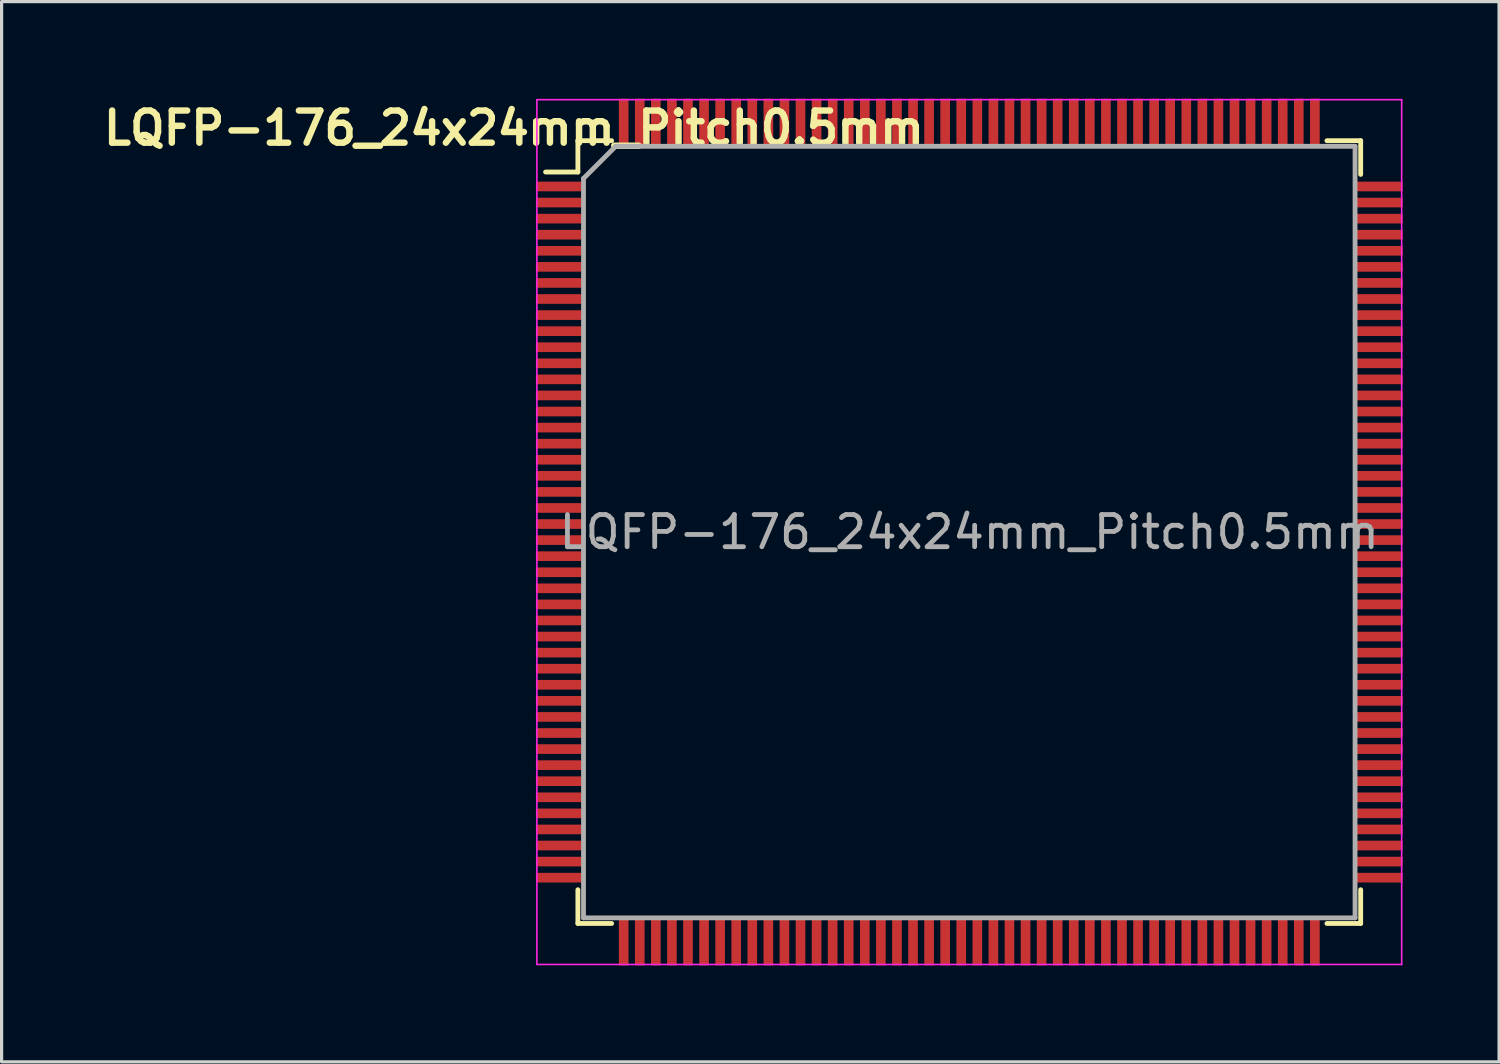
<source format=kicad_pcb>
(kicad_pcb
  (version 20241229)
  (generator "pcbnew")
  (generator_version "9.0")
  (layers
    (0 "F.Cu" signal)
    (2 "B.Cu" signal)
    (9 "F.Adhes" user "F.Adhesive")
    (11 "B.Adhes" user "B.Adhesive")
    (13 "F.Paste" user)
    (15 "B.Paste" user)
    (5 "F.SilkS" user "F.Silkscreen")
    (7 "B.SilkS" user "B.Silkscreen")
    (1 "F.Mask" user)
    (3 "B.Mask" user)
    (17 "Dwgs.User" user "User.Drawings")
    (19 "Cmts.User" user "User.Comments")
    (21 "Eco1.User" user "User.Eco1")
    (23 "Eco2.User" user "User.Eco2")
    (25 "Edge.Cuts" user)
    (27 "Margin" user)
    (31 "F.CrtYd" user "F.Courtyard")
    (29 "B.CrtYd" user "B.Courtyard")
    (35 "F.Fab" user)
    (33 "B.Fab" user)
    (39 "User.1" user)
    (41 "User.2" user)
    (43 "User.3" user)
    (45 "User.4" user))
  (footprint "LQFP-176_24x24mm_Pitch0.5mm"
    (layer "F.Cu")
    (at 27.101 13.501)
    (property "Reference" "LQFP-176_24x24mm_Pitch0.5mm" (at -14.163 -12.565 0) (layer "F.SilkS") (effects (font (size 1 1) (thickness 0.2))))
    (attr smd)
    (fp_line (start -12.175 -12.175) (end -12.175 -11.2) (stroke (width 0.15) (type solid)) (layer "F.SilkS"))
    (fp_line (start -12.175 -12.175) (end -11.125 -12.175) (stroke (width 0.15) (type solid)) (layer "F.SilkS"))
    (fp_line (start -12.175 -11.2) (end -13.18 -11.2) (stroke (width 0.15) (type solid)) (layer "F.SilkS"))
    (fp_line (start -12.175 12.175) (end -12.175 11.125) (stroke (width 0.15) (type solid)) (layer "F.SilkS"))
    (fp_line (start -12.175 12.175) (end -11.125 12.175) (stroke (width 0.15) (type solid)) (layer "F.SilkS"))
    (fp_line (start 12.175 -12.175) (end 11.125 -12.175) (stroke (width 0.15) (type solid)) (layer "F.SilkS"))
    (fp_line (start 12.175 -12.175) (end 12.175 -11.125) (stroke (width 0.15) (type solid)) (layer "F.SilkS"))
    (fp_line (start 12.175 12.175) (end 11.125 12.175) (stroke (width 0.15) (type solid)) (layer "F.SilkS"))
    (fp_line (start 12.175 12.175) (end 12.175 11.125) (stroke (width 0.15) (type solid)) (layer "F.SilkS"))
    (fp_line (start -13.45 -13.45) (end -13.45 13.45) (stroke (width 0.05) (type solid)) (layer "F.CrtYd"))
    (fp_line (start -13.45 -13.45) (end 13.45 -13.45) (stroke (width 0.05) (type solid)) (layer "F.CrtYd"))
    (fp_line (start -13.45 13.45) (end 13.45 13.45) (stroke (width 0.05) (type solid)) (layer "F.CrtYd"))
    (fp_line (start 13.45 -13.45) (end 13.45 13.45) (stroke (width 0.05) (type solid)) (layer "F.CrtYd"))
    (fp_line (start -12 -11) (end -11 -12) (stroke (width 0.15) (type solid)) (layer "F.Fab"))
    (fp_line (start -12 12) (end -12 -11) (stroke (width 0.15) (type solid)) (layer "F.Fab"))
    (fp_line (start -11 -12) (end 12 -12) (stroke (width 0.15) (type solid)) (layer "F.Fab"))
    (fp_line (start 12 -12) (end 12 12) (stroke (width 0.15) (type solid)) (layer "F.Fab"))
    (fp_line (start 12 12) (end -12 12) (stroke (width 0.15) (type solid)) (layer "F.Fab"))
    (fp_text user "${REFERENCE}" (at 0 0 0) (layer "F.Fab") (effects (font (size 1 1) (thickness 0.15))))
    (pad "1" smd rect (at -12.77 -10.75) (size 1.42 0.3) (layers "F.Cu" "F.Mask" "F.Paste"))
    (pad "2" smd rect (at -12.77 -10.25) (size 1.42 0.3) (layers "F.Cu" "F.Mask" "F.Paste"))
    (pad "3" smd rect (at -12.77 -9.75) (size 1.42 0.3) (layers "F.Cu" "F.Mask" "F.Paste"))
    (pad "4" smd rect (at -12.77 -9.25) (size 1.42 0.3) (layers "F.Cu" "F.Mask" "F.Paste"))
    (pad "5" smd rect (at -12.77 -8.75) (size 1.42 0.3) (layers "F.Cu" "F.Mask" "F.Paste"))
    (pad "6" smd rect (at -12.77 -8.25) (size 1.42 0.3) (layers "F.Cu" "F.Mask" "F.Paste"))
    (pad "7" smd rect (at -12.77 -7.75) (size 1.42 0.3) (layers "F.Cu" "F.Mask" "F.Paste"))
    (pad "8" smd rect (at -12.77 -7.25) (size 1.42 0.3) (layers "F.Cu" "F.Mask" "F.Paste"))
    (pad "9" smd rect (at -12.77 -6.75) (size 1.42 0.3) (layers "F.Cu" "F.Mask" "F.Paste"))
    (pad "10" smd rect (at -12.77 -6.25) (size 1.42 0.3) (layers "F.Cu" "F.Mask" "F.Paste"))
    (pad "11" smd rect (at -12.77 -5.75) (size 1.42 0.3) (layers "F.Cu" "F.Mask" "F.Paste"))
    (pad "12" smd rect (at -12.77 -5.25) (size 1.42 0.3) (layers "F.Cu" "F.Mask" "F.Paste"))
    (pad "13" smd rect (at -12.77 -4.75) (size 1.42 0.3) (layers "F.Cu" "F.Mask" "F.Paste"))
    (pad "14" smd rect (at -12.77 -4.25) (size 1.42 0.3) (layers "F.Cu" "F.Mask" "F.Paste"))
    (pad "15" smd rect (at -12.77 -3.75) (size 1.42 0.3) (layers "F.Cu" "F.Mask" "F.Paste"))
    (pad "16" smd rect (at -12.77 -3.25) (size 1.42 0.3) (layers "F.Cu" "F.Mask" "F.Paste"))
    (pad "17" smd rect (at -12.77 -2.75) (size 1.42 0.3) (layers "F.Cu" "F.Mask" "F.Paste"))
    (pad "18" smd rect (at -12.77 -2.25) (size 1.42 0.3) (layers "F.Cu" "F.Mask" "F.Paste"))
    (pad "19" smd rect (at -12.77 -1.75) (size 1.42 0.3) (layers "F.Cu" "F.Mask" "F.Paste"))
    (pad "20" smd rect (at -12.77 -1.25) (size 1.42 0.3) (layers "F.Cu" "F.Mask" "F.Paste"))
    (pad "21" smd rect (at -12.77 -0.75) (size 1.42 0.3) (layers "F.Cu" "F.Mask" "F.Paste"))
    (pad "22" smd rect (at -12.77 -0.25) (size 1.42 0.3) (layers "F.Cu" "F.Mask" "F.Paste"))
    (pad "23" smd rect (at -12.77 0.25) (size 1.42 0.3) (layers "F.Cu" "F.Mask" "F.Paste"))
    (pad "24" smd rect (at -12.77 0.75) (size 1.42 0.3) (layers "F.Cu" "F.Mask" "F.Paste"))
    (pad "25" smd rect (at -12.77 1.25) (size 1.42 0.3) (layers "F.Cu" "F.Mask" "F.Paste"))
    (pad "26" smd rect (at -12.77 1.75) (size 1.42 0.3) (layers "F.Cu" "F.Mask" "F.Paste"))
    (pad "27" smd rect (at -12.77 2.25) (size 1.42 0.3) (layers "F.Cu" "F.Mask" "F.Paste"))
    (pad "28" smd rect (at -12.77 2.75) (size 1.42 0.3) (layers "F.Cu" "F.Mask" "F.Paste"))
    (pad "29" smd rect (at -12.77 3.25) (size 1.42 0.3) (layers "F.Cu" "F.Mask" "F.Paste"))
    (pad "30" smd rect (at -12.77 3.75) (size 1.42 0.3) (layers "F.Cu" "F.Mask" "F.Paste"))
    (pad "31" smd rect (at -12.77 4.25) (size 1.42 0.3) (layers "F.Cu" "F.Mask" "F.Paste"))
    (pad "32" smd rect (at -12.77 4.75) (size 1.42 0.3) (layers "F.Cu" "F.Mask" "F.Paste"))
    (pad "33" smd rect (at -12.77 5.25) (size 1.42 0.3) (layers "F.Cu" "F.Mask" "F.Paste"))
    (pad "34" smd rect (at -12.77 5.75) (size 1.42 0.3) (layers "F.Cu" "F.Mask" "F.Paste"))
    (pad "35" smd rect (at -12.77 6.25) (size 1.42 0.3) (layers "F.Cu" "F.Mask" "F.Paste"))
    (pad "36" smd rect (at -12.77 6.75) (size 1.42 0.3) (layers "F.Cu" "F.Mask" "F.Paste"))
    (pad "37" smd rect (at -12.77 7.25) (size 1.42 0.3) (layers "F.Cu" "F.Mask" "F.Paste"))
    (pad "38" smd rect (at -12.77 7.75) (size 1.42 0.3) (layers "F.Cu" "F.Mask" "F.Paste"))
    (pad "39" smd rect (at -12.77 8.25) (size 1.42 0.3) (layers "F.Cu" "F.Mask" "F.Paste"))
    (pad "40" smd rect (at -12.77 8.75) (size 1.42 0.3) (layers "F.Cu" "F.Mask" "F.Paste"))
    (pad "41" smd rect (at -12.77 9.25) (size 1.42 0.3) (layers "F.Cu" "F.Mask" "F.Paste"))
    (pad "42" smd rect (at -12.77 9.75) (size 1.42 0.3) (layers "F.Cu" "F.Mask" "F.Paste"))
    (pad "43" smd rect (at -12.77 10.25) (size 1.42 0.3) (layers "F.Cu" "F.Mask" "F.Paste"))
    (pad "44" smd rect (at -12.77 10.75) (size 1.42 0.3) (layers "F.Cu" "F.Mask" "F.Paste"))
    (pad "45" smd rect (at -10.75 12.77 90) (size 1.42 0.3) (layers "F.Cu" "F.Mask" "F.Paste"))
    (pad "46" smd rect (at -10.25 12.77 90) (size 1.42 0.3) (layers "F.Cu" "F.Mask" "F.Paste"))
    (pad "47" smd rect (at -9.75 12.77 90) (size 1.42 0.3) (layers "F.Cu" "F.Mask" "F.Paste"))
    (pad "48" smd rect (at -9.25 12.77 90) (size 1.42 0.3) (layers "F.Cu" "F.Mask" "F.Paste"))
    (pad "49" smd rect (at -8.75 12.77 90) (size 1.42 0.3) (layers "F.Cu" "F.Mask" "F.Paste"))
    (pad "50" smd rect (at -8.25 12.77 90) (size 1.42 0.3) (layers "F.Cu" "F.Mask" "F.Paste"))
    (pad "51" smd rect (at -7.75 12.77 90) (size 1.42 0.3) (layers "F.Cu" "F.Mask" "F.Paste"))
    (pad "52" smd rect (at -7.25 12.77 90) (size 1.42 0.3) (layers "F.Cu" "F.Mask" "F.Paste"))
    (pad "53" smd rect (at -6.75 12.77 90) (size 1.42 0.3) (layers "F.Cu" "F.Mask" "F.Paste"))
    (pad "54" smd rect (at -6.25 12.77 90) (size 1.42 0.3) (layers "F.Cu" "F.Mask" "F.Paste"))
    (pad "55" smd rect (at -5.75 12.77 90) (size 1.42 0.3) (layers "F.Cu" "F.Mask" "F.Paste"))
    (pad "56" smd rect (at -5.25 12.77 90) (size 1.42 0.3) (layers "F.Cu" "F.Mask" "F.Paste"))
    (pad "57" smd rect (at -4.75 12.77 90) (size 1.42 0.3) (layers "F.Cu" "F.Mask" "F.Paste"))
    (pad "58" smd rect (at -4.25 12.77 90) (size 1.42 0.3) (layers "F.Cu" "F.Mask" "F.Paste"))
    (pad "59" smd rect (at -3.75 12.77 90) (size 1.42 0.3) (layers "F.Cu" "F.Mask" "F.Paste"))
    (pad "60" smd rect (at -3.25 12.77 90) (size 1.42 0.3) (layers "F.Cu" "F.Mask" "F.Paste"))
    (pad "61" smd rect (at -2.75 12.77 90) (size 1.42 0.3) (layers "F.Cu" "F.Mask" "F.Paste"))
    (pad "62" smd rect (at -2.25 12.77 90) (size 1.42 0.3) (layers "F.Cu" "F.Mask" "F.Paste"))
    (pad "63" smd rect (at -1.75 12.77 90) (size 1.42 0.3) (layers "F.Cu" "F.Mask" "F.Paste"))
    (pad "64" smd rect (at -1.25 12.77 90) (size 1.42 0.3) (layers "F.Cu" "F.Mask" "F.Paste"))
    (pad "65" smd rect (at -0.75 12.77 90) (size 1.42 0.3) (layers "F.Cu" "F.Mask" "F.Paste"))
    (pad "66" smd rect (at -0.25 12.77 90) (size 1.42 0.3) (layers "F.Cu" "F.Mask" "F.Paste"))
    (pad "67" smd rect (at 0.25 12.77 90) (size 1.42 0.3) (layers "F.Cu" "F.Mask" "F.Paste"))
    (pad "68" smd rect (at 0.75 12.77 90) (size 1.42 0.3) (layers "F.Cu" "F.Mask" "F.Paste"))
    (pad "69" smd rect (at 1.25 12.77 90) (size 1.42 0.3) (layers "F.Cu" "F.Mask" "F.Paste"))
    (pad "70" smd rect (at 1.75 12.77 90) (size 1.42 0.3) (layers "F.Cu" "F.Mask" "F.Paste"))
    (pad "71" smd rect (at 2.25 12.77 90) (size 1.42 0.3) (layers "F.Cu" "F.Mask" "F.Paste"))
    (pad "72" smd rect (at 2.75 12.77 90) (size 1.42 0.3) (layers "F.Cu" "F.Mask" "F.Paste"))
    (pad "73" smd rect (at 3.25 12.77 90) (size 1.42 0.3) (layers "F.Cu" "F.Mask" "F.Paste"))
    (pad "74" smd rect (at 3.75 12.77 90) (size 1.42 0.3) (layers "F.Cu" "F.Mask" "F.Paste"))
    (pad "75" smd rect (at 4.25 12.77 90) (size 1.42 0.3) (layers "F.Cu" "F.Mask" "F.Paste"))
    (pad "76" smd rect (at 4.75 12.77 90) (size 1.42 0.3) (layers "F.Cu" "F.Mask" "F.Paste"))
    (pad "77" smd rect (at 5.25 12.77 90) (size 1.42 0.3) (layers "F.Cu" "F.Mask" "F.Paste"))
    (pad "78" smd rect (at 5.75 12.77 90) (size 1.42 0.3) (layers "F.Cu" "F.Mask" "F.Paste"))
    (pad "79" smd rect (at 6.25 12.77 90) (size 1.42 0.3) (layers "F.Cu" "F.Mask" "F.Paste"))
    (pad "80" smd rect (at 6.75 12.77 90) (size 1.42 0.3) (layers "F.Cu" "F.Mask" "F.Paste"))
    (pad "81" smd rect (at 7.25 12.77 90) (size 1.42 0.3) (layers "F.Cu" "F.Mask" "F.Paste"))
    (pad "82" smd rect (at 7.75 12.77 90) (size 1.42 0.3) (layers "F.Cu" "F.Mask" "F.Paste"))
    (pad "83" smd rect (at 8.25 12.77 90) (size 1.42 0.3) (layers "F.Cu" "F.Mask" "F.Paste"))
    (pad "84" smd rect (at 8.75 12.77 90) (size 1.42 0.3) (layers "F.Cu" "F.Mask" "F.Paste"))
    (pad "85" smd rect (at 9.25 12.77 90) (size 1.42 0.3) (layers "F.Cu" "F.Mask" "F.Paste"))
    (pad "86" smd rect (at 9.75 12.77 90) (size 1.42 0.3) (layers "F.Cu" "F.Mask" "F.Paste"))
    (pad "87" smd rect (at 10.25 12.77 90) (size 1.42 0.3) (layers "F.Cu" "F.Mask" "F.Paste"))
    (pad "88" smd rect (at 10.75 12.77 90) (size 1.42 0.3) (layers "F.Cu" "F.Mask" "F.Paste"))
    (pad "89" smd rect (at 12.77 10.75) (size 1.42 0.3) (layers "F.Cu" "F.Mask" "F.Paste"))
    (pad "90" smd rect (at 12.77 10.25) (size 1.42 0.3) (layers "F.Cu" "F.Mask" "F.Paste"))
    (pad "91" smd rect (at 12.77 9.75) (size 1.42 0.3) (layers "F.Cu" "F.Mask" "F.Paste"))
    (pad "92" smd rect (at 12.77 9.25) (size 1.42 0.3) (layers "F.Cu" "F.Mask" "F.Paste"))
    (pad "93" smd rect (at 12.77 8.75) (size 1.42 0.3) (layers "F.Cu" "F.Mask" "F.Paste"))
    (pad "94" smd rect (at 12.77 8.25) (size 1.42 0.3) (layers "F.Cu" "F.Mask" "F.Paste"))
    (pad "95" smd rect (at 12.77 7.75) (size 1.42 0.3) (layers "F.Cu" "F.Mask" "F.Paste"))
    (pad "96" smd rect (at 12.77 7.25) (size 1.42 0.3) (layers "F.Cu" "F.Mask" "F.Paste"))
    (pad "97" smd rect (at 12.77 6.75) (size 1.42 0.3) (layers "F.Cu" "F.Mask" "F.Paste"))
    (pad "98" smd rect (at 12.77 6.25) (size 1.42 0.3) (layers "F.Cu" "F.Mask" "F.Paste"))
    (pad "99" smd rect (at 12.77 5.75) (size 1.42 0.3) (layers "F.Cu" "F.Mask" "F.Paste"))
    (pad "100" smd rect (at 12.77 5.25) (size 1.42 0.3) (layers "F.Cu" "F.Mask" "F.Paste"))
    (pad "101" smd rect (at 12.77 4.75) (size 1.42 0.3) (layers "F.Cu" "F.Mask" "F.Paste"))
    (pad "102" smd rect (at 12.77 4.25) (size 1.42 0.3) (layers "F.Cu" "F.Mask" "F.Paste"))
    (pad "103" smd rect (at 12.77 3.75) (size 1.42 0.3) (layers "F.Cu" "F.Mask" "F.Paste"))
    (pad "104" smd rect (at 12.77 3.25) (size 1.42 0.3) (layers "F.Cu" "F.Mask" "F.Paste"))
    (pad "105" smd rect (at 12.77 2.75) (size 1.42 0.3) (layers "F.Cu" "F.Mask" "F.Paste"))
    (pad "106" smd rect (at 12.77 2.25) (size 1.42 0.3) (layers "F.Cu" "F.Mask" "F.Paste"))
    (pad "107" smd rect (at 12.77 1.75) (size 1.42 0.3) (layers "F.Cu" "F.Mask" "F.Paste"))
    (pad "108" smd rect (at 12.77 1.25) (size 1.42 0.3) (layers "F.Cu" "F.Mask" "F.Paste"))
    (pad "109" smd rect (at 12.77 0.75) (size 1.42 0.3) (layers "F.Cu" "F.Mask" "F.Paste"))
    (pad "110" smd rect (at 12.77 0.25) (size 1.42 0.3) (layers "F.Cu" "F.Mask" "F.Paste"))
    (pad "111" smd rect (at 12.77 -0.25) (size 1.42 0.3) (layers "F.Cu" "F.Mask" "F.Paste"))
    (pad "112" smd rect (at 12.77 -0.75) (size 1.42 0.3) (layers "F.Cu" "F.Mask" "F.Paste"))
    (pad "113" smd rect (at 12.77 -1.25) (size 1.42 0.3) (layers "F.Cu" "F.Mask" "F.Paste"))
    (pad "114" smd rect (at 12.77 -1.75) (size 1.42 0.3) (layers "F.Cu" "F.Mask" "F.Paste"))
    (pad "115" smd rect (at 12.77 -2.25) (size 1.42 0.3) (layers "F.Cu" "F.Mask" "F.Paste"))
    (pad "116" smd rect (at 12.77 -2.75) (size 1.42 0.3) (layers "F.Cu" "F.Mask" "F.Paste"))
    (pad "117" smd rect (at 12.77 -3.25) (size 1.42 0.3) (layers "F.Cu" "F.Mask" "F.Paste"))
    (pad "118" smd rect (at 12.77 -3.75) (size 1.42 0.3) (layers "F.Cu" "F.Mask" "F.Paste"))
    (pad "119" smd rect (at 12.77 -4.25) (size 1.42 0.3) (layers "F.Cu" "F.Mask" "F.Paste"))
    (pad "120" smd rect (at 12.77 -4.75) (size 1.42 0.3) (layers "F.Cu" "F.Mask" "F.Paste"))
    (pad "121" smd rect (at 12.77 -5.25) (size 1.42 0.3) (layers "F.Cu" "F.Mask" "F.Paste"))
    (pad "122" smd rect (at 12.77 -5.75) (size 1.42 0.3) (layers "F.Cu" "F.Mask" "F.Paste"))
    (pad "123" smd rect (at 12.77 -6.25) (size 1.42 0.3) (layers "F.Cu" "F.Mask" "F.Paste"))
    (pad "124" smd rect (at 12.77 -6.75) (size 1.42 0.3) (layers "F.Cu" "F.Mask" "F.Paste"))
    (pad "125" smd rect (at 12.77 -7.25) (size 1.42 0.3) (layers "F.Cu" "F.Mask" "F.Paste"))
    (pad "126" smd rect (at 12.77 -7.75) (size 1.42 0.3) (layers "F.Cu" "F.Mask" "F.Paste"))
    (pad "127" smd rect (at 12.77 -8.25) (size 1.42 0.3) (layers "F.Cu" "F.Mask" "F.Paste"))
    (pad "128" smd rect (at 12.77 -8.75) (size 1.42 0.3) (layers "F.Cu" "F.Mask" "F.Paste"))
    (pad "129" smd rect (at 12.77 -9.25) (size 1.42 0.3) (layers "F.Cu" "F.Mask" "F.Paste"))
    (pad "130" smd rect (at 12.77 -9.75) (size 1.42 0.3) (layers "F.Cu" "F.Mask" "F.Paste"))
    (pad "131" smd rect (at 12.77 -10.25) (size 1.42 0.3) (layers "F.Cu" "F.Mask" "F.Paste"))
    (pad "132" smd rect (at 12.77 -10.75) (size 1.42 0.3) (layers "F.Cu" "F.Mask" "F.Paste"))
    (pad "133" smd rect (at 10.75 -12.77 90) (size 1.42 0.3) (layers "F.Cu" "F.Mask" "F.Paste"))
    (pad "134" smd rect (at 10.25 -12.77 90) (size 1.42 0.3) (layers "F.Cu" "F.Mask" "F.Paste"))
    (pad "135" smd rect (at 9.75 -12.77 90) (size 1.42 0.3) (layers "F.Cu" "F.Mask" "F.Paste"))
    (pad "136" smd rect (at 9.25 -12.77 90) (size 1.42 0.3) (layers "F.Cu" "F.Mask" "F.Paste"))
    (pad "137" smd rect (at 8.75 -12.77 90) (size 1.42 0.3) (layers "F.Cu" "F.Mask" "F.Paste"))
    (pad "138" smd rect (at 8.25 -12.77 90) (size 1.42 0.3) (layers "F.Cu" "F.Mask" "F.Paste"))
    (pad "139" smd rect (at 7.75 -12.77 90) (size 1.42 0.3) (layers "F.Cu" "F.Mask" "F.Paste"))
    (pad "140" smd rect (at 7.25 -12.77 90) (size 1.42 0.3) (layers "F.Cu" "F.Mask" "F.Paste"))
    (pad "141" smd rect (at 6.75 -12.77 90) (size 1.42 0.3) (layers "F.Cu" "F.Mask" "F.Paste"))
    (pad "142" smd rect (at 6.25 -12.77 90) (size 1.42 0.3) (layers "F.Cu" "F.Mask" "F.Paste"))
    (pad "143" smd rect (at 5.75 -12.77 90) (size 1.42 0.3) (layers "F.Cu" "F.Mask" "F.Paste"))
    (pad "144" smd rect (at 5.25 -12.77 90) (size 1.42 0.3) (layers "F.Cu" "F.Mask" "F.Paste"))
    (pad "145" smd rect (at 4.75 -12.77 90) (size 1.42 0.3) (layers "F.Cu" "F.Mask" "F.Paste"))
    (pad "146" smd rect (at 4.25 -12.77 90) (size 1.42 0.3) (layers "F.Cu" "F.Mask" "F.Paste"))
    (pad "147" smd rect (at 3.75 -12.77 90) (size 1.42 0.3) (layers "F.Cu" "F.Mask" "F.Paste"))
    (pad "148" smd rect (at 3.25 -12.77 90) (size 1.42 0.3) (layers "F.Cu" "F.Mask" "F.Paste"))
    (pad "149" smd rect (at 2.75 -12.77 90) (size 1.42 0.3) (layers "F.Cu" "F.Mask" "F.Paste"))
    (pad "150" smd rect (at 2.25 -12.77 90) (size 1.42 0.3) (layers "F.Cu" "F.Mask" "F.Paste"))
    (pad "151" smd rect (at 1.75 -12.77 90) (size 1.42 0.3) (layers "F.Cu" "F.Mask" "F.Paste"))
    (pad "152" smd rect (at 1.25 -12.77 90) (size 1.42 0.3) (layers "F.Cu" "F.Mask" "F.Paste"))
    (pad "153" smd rect (at 0.75 -12.77 90) (size 1.42 0.3) (layers "F.Cu" "F.Mask" "F.Paste"))
    (pad "154" smd rect (at 0.25 -12.77 90) (size 1.42 0.3) (layers "F.Cu" "F.Mask" "F.Paste"))
    (pad "155" smd rect (at -0.25 -12.77 90) (size 1.42 0.3) (layers "F.Cu" "F.Mask" "F.Paste"))
    (pad "156" smd rect (at -0.75 -12.77 90) (size 1.42 0.3) (layers "F.Cu" "F.Mask" "F.Paste"))
    (pad "157" smd rect (at -1.25 -12.77 90) (size 1.42 0.3) (layers "F.Cu" "F.Mask" "F.Paste"))
    (pad "158" smd rect (at -1.75 -12.77 90) (size 1.42 0.3) (layers "F.Cu" "F.Mask" "F.Paste"))
    (pad "159" smd rect (at -2.25 -12.77 90) (size 1.42 0.3) (layers "F.Cu" "F.Mask" "F.Paste"))
    (pad "160" smd rect (at -2.75 -12.77 90) (size 1.42 0.3) (layers "F.Cu" "F.Mask" "F.Paste"))
    (pad "161" smd rect (at -3.25 -12.77 90) (size 1.42 0.3) (layers "F.Cu" "F.Mask" "F.Paste"))
    (pad "162" smd rect (at -3.75 -12.77 90) (size 1.42 0.3) (layers "F.Cu" "F.Mask" "F.Paste"))
    (pad "163" smd rect (at -4.25 -12.77 90) (size 1.42 0.3) (layers "F.Cu" "F.Mask" "F.Paste"))
    (pad "164" smd rect (at -4.75 -12.77 90) (size 1.42 0.3) (layers "F.Cu" "F.Mask" "F.Paste"))
    (pad "165" smd rect (at -5.25 -12.77 90) (size 1.42 0.3) (layers "F.Cu" "F.Mask" "F.Paste"))
    (pad "166" smd rect (at -5.75 -12.77 90) (size 1.42 0.3) (layers "F.Cu" "F.Mask" "F.Paste"))
    (pad "167" smd rect (at -6.25 -12.77 90) (size 1.42 0.3) (layers "F.Cu" "F.Mask" "F.Paste"))
    (pad "168" smd rect (at -6.75 -12.77 90) (size 1.42 0.3) (layers "F.Cu" "F.Mask" "F.Paste"))
    (pad "169" smd rect (at -7.25 -12.77 90) (size 1.42 0.3) (layers "F.Cu" "F.Mask" "F.Paste"))
    (pad "170" smd rect (at -7.75 -12.77 90) (size 1.42 0.3) (layers "F.Cu" "F.Mask" "F.Paste"))
    (pad "171" smd rect (at -8.25 -12.77 90) (size 1.42 0.3) (layers "F.Cu" "F.Mask" "F.Paste"))
    (pad "172" smd rect (at -8.75 -12.77 90) (size 1.42 0.3) (layers "F.Cu" "F.Mask" "F.Paste"))
    (pad "173" smd rect (at -9.25 -12.77 90) (size 1.42 0.3) (layers "F.Cu" "F.Mask" "F.Paste"))
    (pad "174" smd rect (at -9.75 -12.77 90) (size 1.42 0.3) (layers "F.Cu" "F.Mask" "F.Paste"))
    (pad "175" smd rect (at -10.25 -12.77 90) (size 1.42 0.3) (layers "F.Cu" "F.Mask" "F.Paste"))
    (pad "176" smd rect (at -10.75 -12.77 90) (size 1.42 0.3) (layers "F.Cu" "F.Mask" "F.Paste")))
  (gr_rect
    (start -3 -3)
    (end 43.581 29.981)
    (stroke (width 0.1) (type default))
    (fill no)
    (layer "Edge.Cuts")))
</source>
